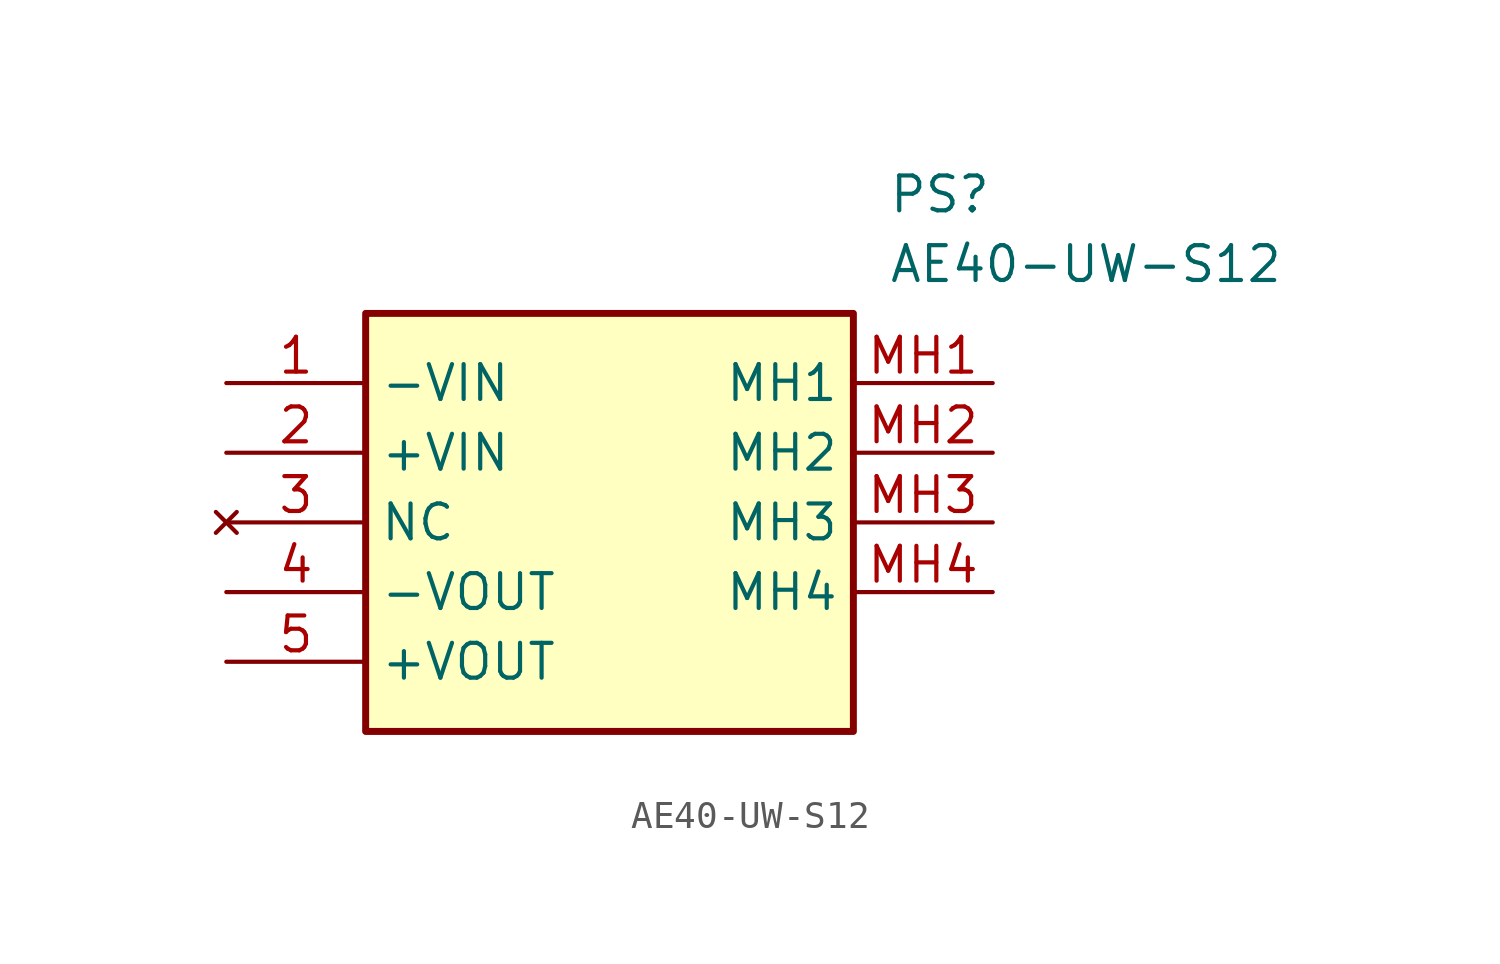
<source format=kicad_sym>
(kicad_symbol_lib
  (version 20211014)
  (generator SamacSys_ECAD_Model)
  (symbol "AE40-UW-S12"
    (property "Reference" "PS"
      (at 24.13 7.62 0)
      (effects (font (size 1.27 1.27)) (justify left top)))
    (property "Value" "AE40-UW-S12"
      (at 24.13 5.08 0)
      (effects (font (size 1.27 1.27)) (justify left top)))
    (rectangle
      (start 5.08 2.54)
      (end 22.86 -12.7)
      (stroke (width 0.254) (type default))
      (fill (type background)))
    (pin passive line
      (at 0 0 0)
      (length 5.08)
      (name "-VIN" (effects (font (size 1.27 1.27))))
      (number "1" (effects (font (size 1.27 1.27)))))
    (pin passive line
      (at 0 -2.54 0)
      (length 5.08)
      (name "+VIN" (effects (font (size 1.27 1.27))))
      (number "2" (effects (font (size 1.27 1.27)))))
    (pin no_connect line
      (at 0 -5.08 0)
      (length 5.08)
      (name "NC" (effects (font (size 1.27 1.27))))
      (number "3" (effects (font (size 1.27 1.27)))))
    (pin passive line
      (at 0 -7.62 0)
      (length 5.08)
      (name "-VOUT" (effects (font (size 1.27 1.27))))
      (number "4" (effects (font (size 1.27 1.27)))))
    (pin passive line
      (at 0 -10.16 0)
      (length 5.08)
      (name "+VOUT" (effects (font (size 1.27 1.27))))
      (number "5" (effects (font (size 1.27 1.27)))))
    (pin passive line
      (at 27.94 0 180)
      (length 5.08)
      (name "MH1" (effects (font (size 1.27 1.27))))
      (number "MH1" (effects (font (size 1.27 1.27)))))
    (pin passive line
      (at 27.94 -2.54 180)
      (length 5.08)
      (name "MH2" (effects (font (size 1.27 1.27))))
      (number "MH2" (effects (font (size 1.27 1.27)))))
    (pin passive line
      (at 27.94 -5.08 180)
      (length 5.08)
      (name "MH3" (effects (font (size 1.27 1.27))))
      (number "MH3" (effects (font (size 1.27 1.27)))))
    (pin passive line
      (at 27.94 -7.62 180)
      (length 5.08)
      (name "MH4" (effects (font (size 1.27 1.27))))
      (number "MH4" (effects (font (size 1.27 1.27)))))))
</source>
